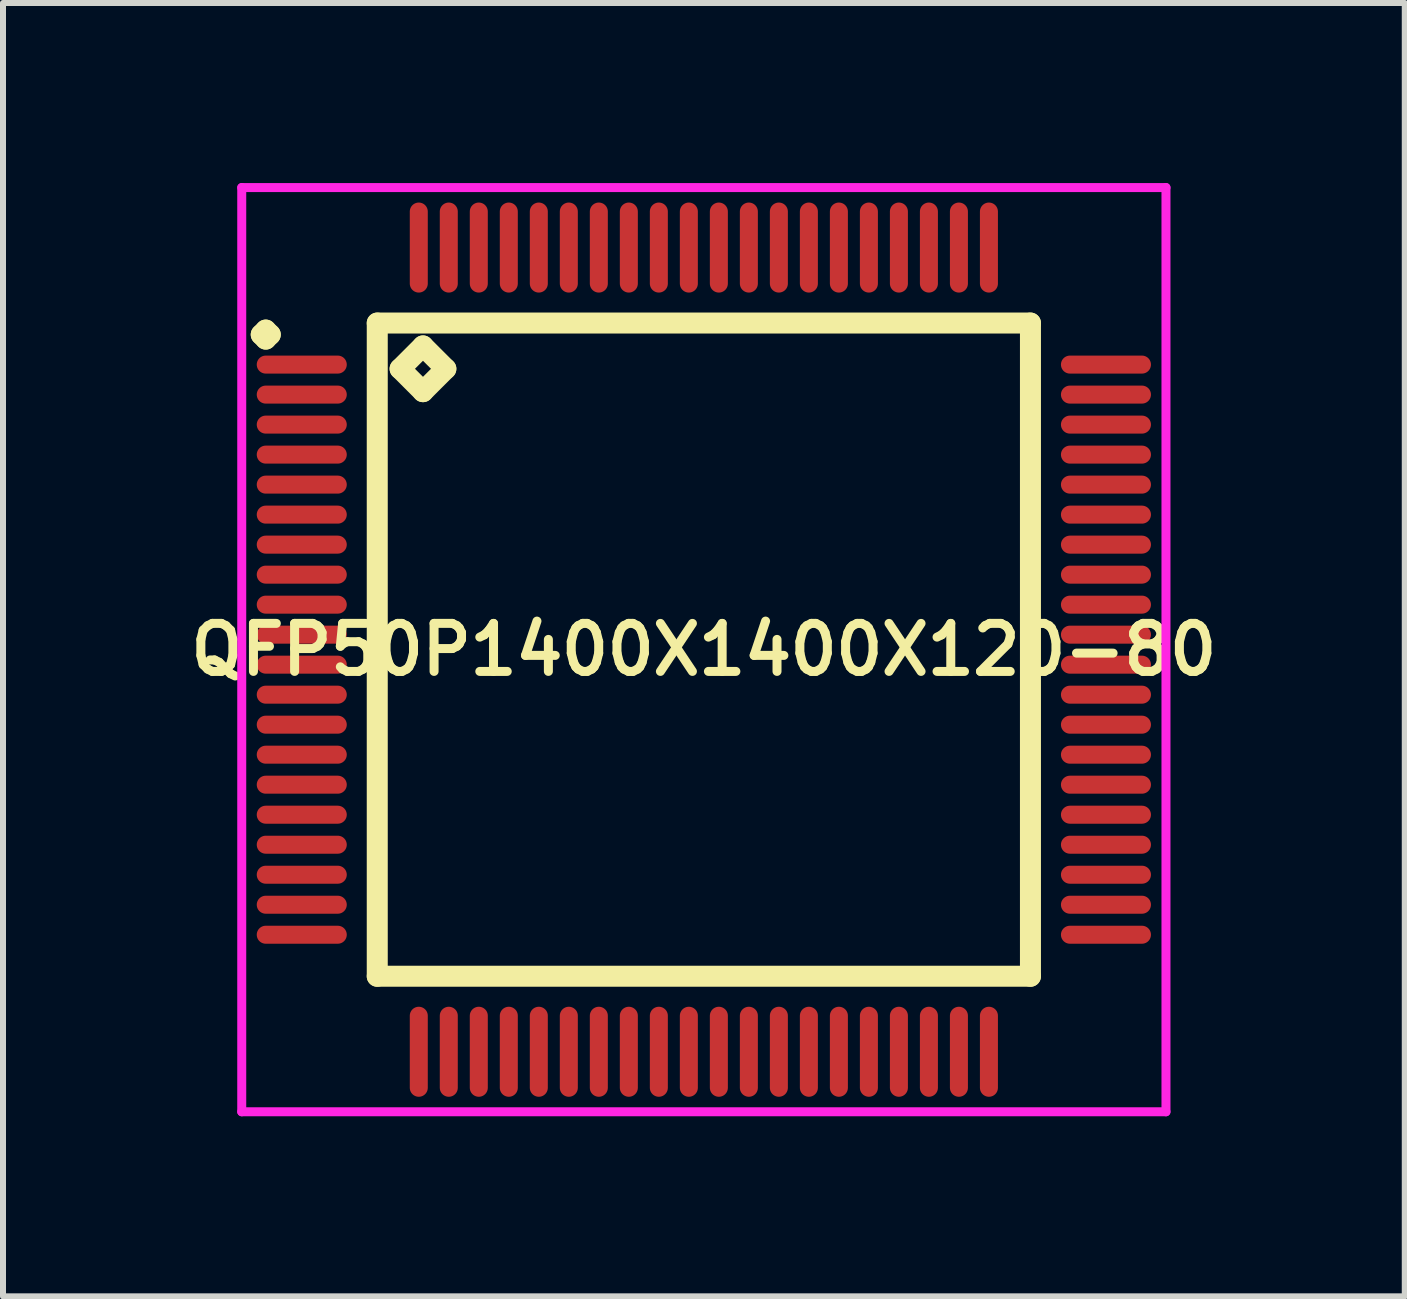
<source format=kicad_pcb>
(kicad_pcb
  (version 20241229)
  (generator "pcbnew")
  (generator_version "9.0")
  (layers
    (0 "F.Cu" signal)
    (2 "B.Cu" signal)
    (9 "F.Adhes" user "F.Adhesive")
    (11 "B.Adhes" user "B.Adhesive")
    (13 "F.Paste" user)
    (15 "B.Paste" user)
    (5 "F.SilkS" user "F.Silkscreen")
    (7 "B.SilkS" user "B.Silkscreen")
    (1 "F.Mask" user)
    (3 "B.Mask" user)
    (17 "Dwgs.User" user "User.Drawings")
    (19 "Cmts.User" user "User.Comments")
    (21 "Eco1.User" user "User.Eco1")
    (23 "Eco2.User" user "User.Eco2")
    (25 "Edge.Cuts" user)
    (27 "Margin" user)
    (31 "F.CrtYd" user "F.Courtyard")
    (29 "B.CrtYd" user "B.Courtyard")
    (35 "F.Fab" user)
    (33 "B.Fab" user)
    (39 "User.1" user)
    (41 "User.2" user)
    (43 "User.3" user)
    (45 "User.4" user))
  (footprint "QFP50P1400X1400X120-80"
    (layer "F.Cu")
    (at 8.678 7.775)
    (property "Reference" "QFP50P1400X1400X120-80" (at 0 0 0) (layer "F.SilkS") (effects (font (size 0.8 0.8) (thickness 0.15))))
    (attr smd)
    (fp_line (start -7.375 -5.25) (end -7.3 -5.325) (stroke (width 0.35) (type solid)) (layer "F.SilkS"))
    (fp_line (start -7.3 -5.325) (end -7.225 -5.25) (stroke (width 0.35) (type solid)) (layer "F.SilkS"))
    (fp_line (start -7.3 -5.175) (end -7.375 -5.25) (stroke (width 0.35) (type solid)) (layer "F.SilkS"))
    (fp_line (start -7.225 -5.25) (end -7.3 -5.175) (stroke (width 0.35) (type solid)) (layer "F.SilkS"))
    (fp_line (start -5.442 -5.442) (end -5.442 5.442) (stroke (width 0.35) (type solid)) (layer "F.SilkS"))
    (fp_line (start -5.442 5.442) (end 5.442 5.442) (stroke (width 0.35) (type solid)) (layer "F.SilkS"))
    (fp_line (start -5.061 -4.68) (end -4.68 -5.061) (stroke (width 0.35) (type solid)) (layer "F.SilkS"))
    (fp_line (start -4.68 -5.061) (end -4.299 -4.68) (stroke (width 0.35) (type solid)) (layer "F.SilkS"))
    (fp_line (start -4.68 -4.299) (end -5.061 -4.68) (stroke (width 0.35) (type solid)) (layer "F.SilkS"))
    (fp_line (start -4.299 -4.68) (end -4.68 -4.299) (stroke (width 0.35) (type solid)) (layer "F.SilkS"))
    (fp_line (start 5.442 -5.442) (end -5.442 -5.442) (stroke (width 0.35) (type solid)) (layer "F.SilkS"))
    (fp_line (start 5.442 5.442) (end 5.442 -5.442) (stroke (width 0.35) (type solid)) (layer "F.SilkS"))
    (fp_line (start -7.7 -7.7) (end 7.7 -7.7) (stroke (width 0.15) (type solid)) (layer "F.CrtYd"))
    (fp_line (start -7.7 7.7) (end -7.7 -7.7) (stroke (width 0.15) (type solid)) (layer "F.CrtYd"))
    (fp_line (start 7.7 -7.7) (end 7.7 7.7) (stroke (width 0.15) (type solid)) (layer "F.CrtYd"))
    (fp_line (start 7.7 7.7) (end -7.7 7.7) (stroke (width 0.15) (type solid)) (layer "F.CrtYd"))
    (pad "1" smd oval (at -6.7 -4.75) (size 1.5 0.3) (layers "F.Cu" "F.Mask" "F.Paste"))
    (pad "2" smd oval (at -6.7 -4.25) (size 1.5 0.3) (layers "F.Cu" "F.Mask" "F.Paste"))
    (pad "3" smd oval (at -6.7 -3.75) (size 1.5 0.3) (layers "F.Cu" "F.Mask" "F.Paste"))
    (pad "4" smd oval (at -6.7 -3.25) (size 1.5 0.3) (layers "F.Cu" "F.Mask" "F.Paste"))
    (pad "5" smd oval (at -6.7 -2.75) (size 1.5 0.3) (layers "F.Cu" "F.Mask" "F.Paste"))
    (pad "6" smd oval (at -6.7 -2.25) (size 1.5 0.3) (layers "F.Cu" "F.Mask" "F.Paste"))
    (pad "7" smd oval (at -6.7 -1.75) (size 1.5 0.3) (layers "F.Cu" "F.Mask" "F.Paste"))
    (pad "8" smd oval (at -6.7 -1.25) (size 1.5 0.3) (layers "F.Cu" "F.Mask" "F.Paste"))
    (pad "9" smd oval (at -6.7 -0.75) (size 1.5 0.3) (layers "F.Cu" "F.Mask" "F.Paste"))
    (pad "10" smd oval (at -6.7 -0.25) (size 1.5 0.3) (layers "F.Cu" "F.Mask" "F.Paste"))
    (pad "11" smd oval (at -6.7 0.25) (size 1.5 0.3) (layers "F.Cu" "F.Mask" "F.Paste"))
    (pad "12" smd oval (at -6.7 0.75) (size 1.5 0.3) (layers "F.Cu" "F.Mask" "F.Paste"))
    (pad "13" smd oval (at -6.7 1.25) (size 1.5 0.3) (layers "F.Cu" "F.Mask" "F.Paste"))
    (pad "14" smd oval (at -6.7 1.75) (size 1.5 0.3) (layers "F.Cu" "F.Mask" "F.Paste"))
    (pad "15" smd oval (at -6.7 2.25) (size 1.5 0.3) (layers "F.Cu" "F.Mask" "F.Paste"))
    (pad "16" smd oval (at -6.7 2.75) (size 1.5 0.3) (layers "F.Cu" "F.Mask" "F.Paste"))
    (pad "17" smd oval (at -6.7 3.25) (size 1.5 0.3) (layers "F.Cu" "F.Mask" "F.Paste"))
    (pad "18" smd oval (at -6.7 3.75) (size 1.5 0.3) (layers "F.Cu" "F.Mask" "F.Paste"))
    (pad "19" smd oval (at -6.7 4.25) (size 1.5 0.3) (layers "F.Cu" "F.Mask" "F.Paste"))
    (pad "20" smd oval (at -6.7 4.75) (size 1.5 0.3) (layers "F.Cu" "F.Mask" "F.Paste"))
    (pad "21" smd oval (at -4.75 6.7) (size 0.3 1.5) (layers "F.Cu" "F.Mask" "F.Paste"))
    (pad "22" smd oval (at -4.25 6.7) (size 0.3 1.5) (layers "F.Cu" "F.Mask" "F.Paste"))
    (pad "23" smd oval (at -3.75 6.7) (size 0.3 1.5) (layers "F.Cu" "F.Mask" "F.Paste"))
    (pad "24" smd oval (at -3.25 6.7) (size 0.3 1.5) (layers "F.Cu" "F.Mask" "F.Paste"))
    (pad "25" smd oval (at -2.75 6.7) (size 0.3 1.5) (layers "F.Cu" "F.Mask" "F.Paste"))
    (pad "26" smd oval (at -2.25 6.7) (size 0.3 1.5) (layers "F.Cu" "F.Mask" "F.Paste"))
    (pad "27" smd oval (at -1.75 6.7) (size 0.3 1.5) (layers "F.Cu" "F.Mask" "F.Paste"))
    (pad "28" smd oval (at -1.25 6.7) (size 0.3 1.5) (layers "F.Cu" "F.Mask" "F.Paste"))
    (pad "29" smd oval (at -0.75 6.7) (size 0.3 1.5) (layers "F.Cu" "F.Mask" "F.Paste"))
    (pad "30" smd oval (at -0.25 6.7) (size 0.3 1.5) (layers "F.Cu" "F.Mask" "F.Paste"))
    (pad "31" smd oval (at 0.25 6.7) (size 0.3 1.5) (layers "F.Cu" "F.Mask" "F.Paste"))
    (pad "32" smd oval (at 0.75 6.7) (size 0.3 1.5) (layers "F.Cu" "F.Mask" "F.Paste"))
    (pad "33" smd oval (at 1.25 6.7) (size 0.3 1.5) (layers "F.Cu" "F.Mask" "F.Paste"))
    (pad "34" smd oval (at 1.75 6.7) (size 0.3 1.5) (layers "F.Cu" "F.Mask" "F.Paste"))
    (pad "35" smd oval (at 2.25 6.7) (size 0.3 1.5) (layers "F.Cu" "F.Mask" "F.Paste"))
    (pad "36" smd oval (at 2.75 6.7) (size 0.3 1.5) (layers "F.Cu" "F.Mask" "F.Paste"))
    (pad "37" smd oval (at 3.25 6.7) (size 0.3 1.5) (layers "F.Cu" "F.Mask" "F.Paste"))
    (pad "38" smd oval (at 3.75 6.7) (size 0.3 1.5) (layers "F.Cu" "F.Mask" "F.Paste"))
    (pad "39" smd oval (at 4.25 6.7) (size 0.3 1.5) (layers "F.Cu" "F.Mask" "F.Paste"))
    (pad "40" smd oval (at 4.75 6.7) (size 0.3 1.5) (layers "F.Cu" "F.Mask" "F.Paste"))
    (pad "41" smd oval (at 6.7 4.75) (size 1.5 0.3) (layers "F.Cu" "F.Mask" "F.Paste"))
    (pad "42" smd oval (at 6.7 4.25) (size 1.5 0.3) (layers "F.Cu" "F.Mask" "F.Paste"))
    (pad "43" smd oval (at 6.7 3.75) (size 1.5 0.3) (layers "F.Cu" "F.Mask" "F.Paste"))
    (pad "44" smd oval (at 6.7 3.25) (size 1.5 0.3) (layers "F.Cu" "F.Mask" "F.Paste"))
    (pad "45" smd oval (at 6.7 2.75) (size 1.5 0.3) (layers "F.Cu" "F.Mask" "F.Paste"))
    (pad "46" smd oval (at 6.7 2.25) (size 1.5 0.3) (layers "F.Cu" "F.Mask" "F.Paste"))
    (pad "47" smd oval (at 6.7 1.75) (size 1.5 0.3) (layers "F.Cu" "F.Mask" "F.Paste"))
    (pad "48" smd oval (at 6.7 1.25) (size 1.5 0.3) (layers "F.Cu" "F.Mask" "F.Paste"))
    (pad "49" smd oval (at 6.7 0.75) (size 1.5 0.3) (layers "F.Cu" "F.Mask" "F.Paste"))
    (pad "50" smd oval (at 6.7 0.25) (size 1.5 0.3) (layers "F.Cu" "F.Mask" "F.Paste"))
    (pad "51" smd oval (at 6.7 -0.25) (size 1.5 0.3) (layers "F.Cu" "F.Mask" "F.Paste"))
    (pad "52" smd oval (at 6.7 -0.75) (size 1.5 0.3) (layers "F.Cu" "F.Mask" "F.Paste"))
    (pad "53" smd oval (at 6.7 -1.25) (size 1.5 0.3) (layers "F.Cu" "F.Mask" "F.Paste"))
    (pad "54" smd oval (at 6.7 -1.75) (size 1.5 0.3) (layers "F.Cu" "F.Mask" "F.Paste"))
    (pad "55" smd oval (at 6.7 -2.25) (size 1.5 0.3) (layers "F.Cu" "F.Mask" "F.Paste"))
    (pad "56" smd oval (at 6.7 -2.75) (size 1.5 0.3) (layers "F.Cu" "F.Mask" "F.Paste"))
    (pad "57" smd oval (at 6.7 -3.25) (size 1.5 0.3) (layers "F.Cu" "F.Mask" "F.Paste"))
    (pad "58" smd oval (at 6.7 -3.75) (size 1.5 0.3) (layers "F.Cu" "F.Mask" "F.Paste"))
    (pad "59" smd oval (at 6.7 -4.25) (size 1.5 0.3) (layers "F.Cu" "F.Mask" "F.Paste"))
    (pad "60" smd oval (at 6.7 -4.75) (size 1.5 0.3) (layers "F.Cu" "F.Mask" "F.Paste"))
    (pad "61" smd oval (at 4.75 -6.7) (size 0.3 1.5) (layers "F.Cu" "F.Mask" "F.Paste"))
    (pad "62" smd oval (at 4.25 -6.7) (size 0.3 1.5) (layers "F.Cu" "F.Mask" "F.Paste"))
    (pad "63" smd oval (at 3.75 -6.7) (size 0.3 1.5) (layers "F.Cu" "F.Mask" "F.Paste"))
    (pad "64" smd oval (at 3.25 -6.7) (size 0.3 1.5) (layers "F.Cu" "F.Mask" "F.Paste"))
    (pad "65" smd oval (at 2.75 -6.7) (size 0.3 1.5) (layers "F.Cu" "F.Mask" "F.Paste"))
    (pad "66" smd oval (at 2.25 -6.7) (size 0.3 1.5) (layers "F.Cu" "F.Mask" "F.Paste"))
    (pad "67" smd oval (at 1.75 -6.7) (size 0.3 1.5) (layers "F.Cu" "F.Mask" "F.Paste"))
    (pad "68" smd oval (at 1.25 -6.7) (size 0.3 1.5) (layers "F.Cu" "F.Mask" "F.Paste"))
    (pad "69" smd oval (at 0.75 -6.7) (size 0.3 1.5) (layers "F.Cu" "F.Mask" "F.Paste"))
    (pad "70" smd oval (at 0.25 -6.7) (size 0.3 1.5) (layers "F.Cu" "F.Mask" "F.Paste"))
    (pad "71" smd oval (at -0.25 -6.7) (size 0.3 1.5) (layers "F.Cu" "F.Mask" "F.Paste"))
    (pad "72" smd oval (at -0.75 -6.7) (size 0.3 1.5) (layers "F.Cu" "F.Mask" "F.Paste"))
    (pad "73" smd oval (at -1.25 -6.7) (size 0.3 1.5) (layers "F.Cu" "F.Mask" "F.Paste"))
    (pad "74" smd oval (at -1.75 -6.7) (size 0.3 1.5) (layers "F.Cu" "F.Mask" "F.Paste"))
    (pad "75" smd oval (at -2.25 -6.7) (size 0.3 1.5) (layers "F.Cu" "F.Mask" "F.Paste"))
    (pad "76" smd oval (at -2.75 -6.7) (size 0.3 1.5) (layers "F.Cu" "F.Mask" "F.Paste"))
    (pad "77" smd oval (at -3.25 -6.7) (size 0.3 1.5) (layers "F.Cu" "F.Mask" "F.Paste"))
    (pad "78" smd oval (at -3.75 -6.7) (size 0.3 1.5) (layers "F.Cu" "F.Mask" "F.Paste"))
    (pad "79" smd oval (at -4.25 -6.7) (size 0.3 1.5) (layers "F.Cu" "F.Mask" "F.Paste"))
    (pad "80" smd oval (at -4.75 -6.7) (size 0.3 1.5) (layers "F.Cu" "F.Mask" "F.Paste")))
  (gr_rect
    (start -3 -3)
    (end 20.357 18.55)
    (stroke (width 0.1) (type default))
    (fill no)
    (layer "Edge.Cuts")))
</source>
